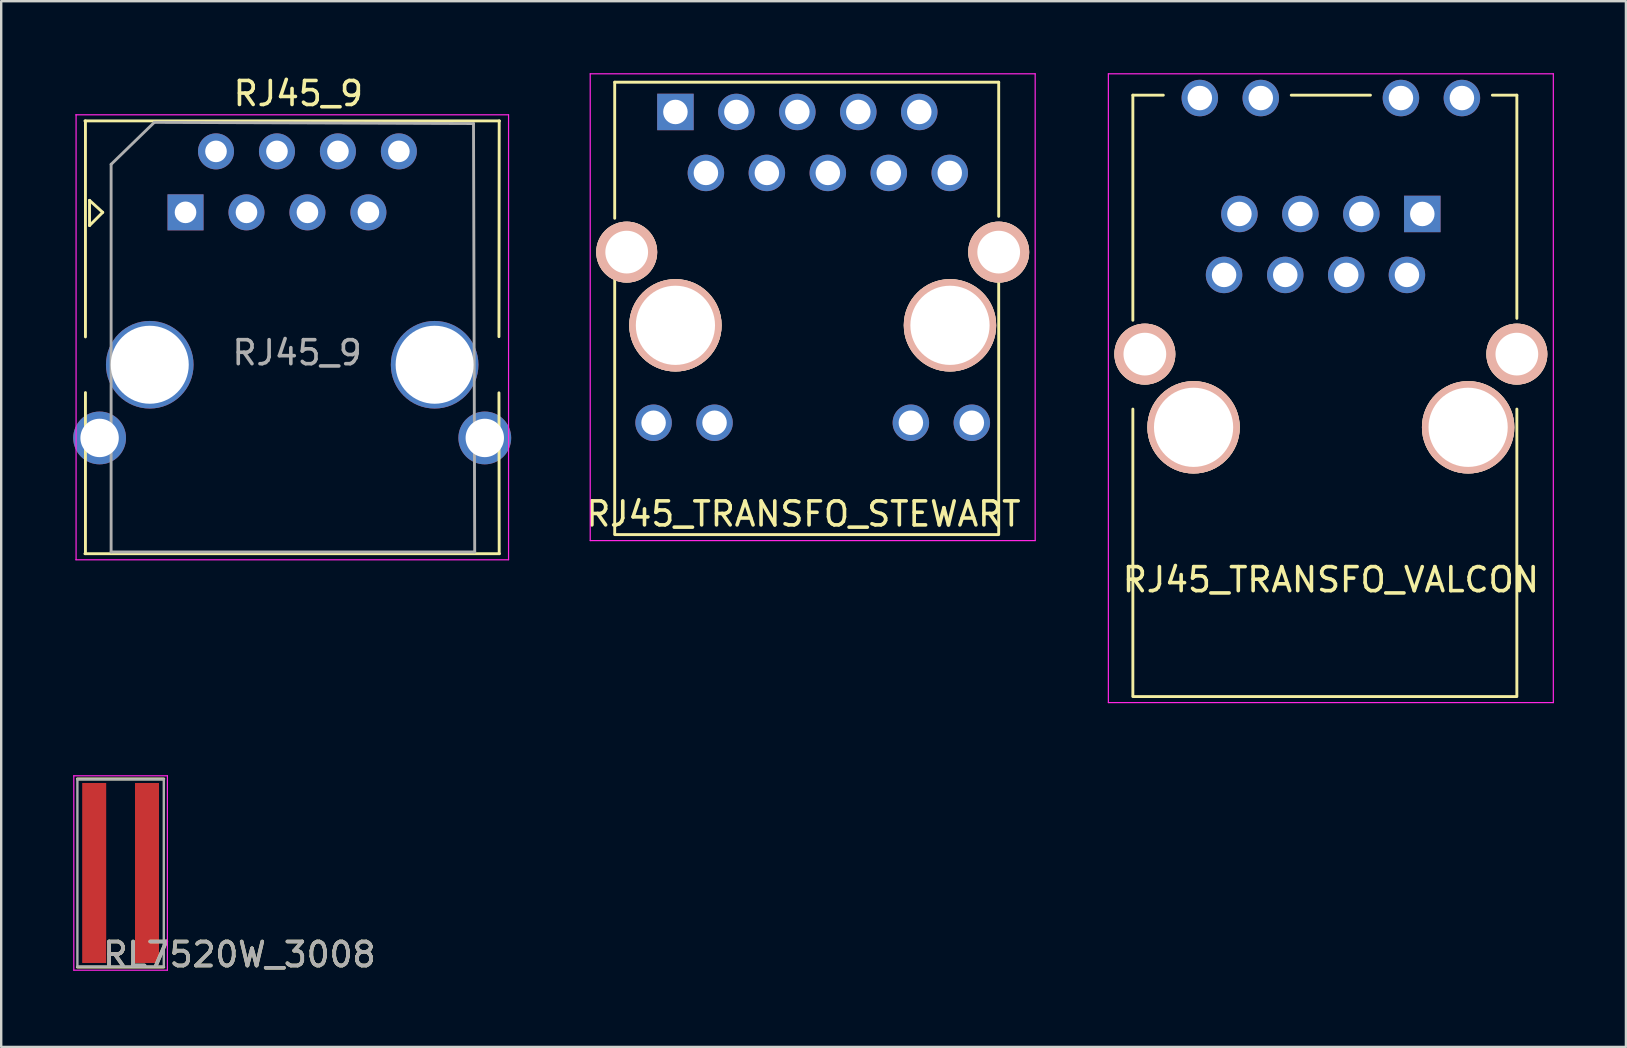
<source format=kicad_pcb>
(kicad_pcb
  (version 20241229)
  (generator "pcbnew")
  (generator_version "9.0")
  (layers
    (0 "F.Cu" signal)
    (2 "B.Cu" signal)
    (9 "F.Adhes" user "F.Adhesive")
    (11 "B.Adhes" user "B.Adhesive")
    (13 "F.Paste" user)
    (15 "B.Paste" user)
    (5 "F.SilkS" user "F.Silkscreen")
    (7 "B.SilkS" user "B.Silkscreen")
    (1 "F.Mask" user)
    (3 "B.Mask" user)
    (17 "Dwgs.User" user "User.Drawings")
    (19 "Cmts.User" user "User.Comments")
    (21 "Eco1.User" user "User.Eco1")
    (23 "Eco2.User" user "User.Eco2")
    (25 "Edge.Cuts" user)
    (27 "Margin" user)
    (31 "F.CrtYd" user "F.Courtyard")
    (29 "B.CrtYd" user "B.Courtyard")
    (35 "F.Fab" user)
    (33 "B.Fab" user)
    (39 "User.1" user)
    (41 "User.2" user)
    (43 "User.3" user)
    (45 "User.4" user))
  (footprint "RJ45_9"
    (layer "F.Cu")
    (at 4.68 5.798)
    (property "Reference" "RJ45_9" (at 4.7 -4.95 0) (layer "F.SilkS") (effects (font (size 1 1) (thickness 0.15))))
    (attr through_hole)
    (fp_line (start -4.191 14.224) (end 13.081 14.224) (stroke (width 0.12) (type solid)) (layer "F.SilkS"))
    (fp_line (start -4.17 -3.81) (end -4.17 5.19) (stroke (width 0.12) (type solid)) (layer "F.SilkS"))
    (fp_line (start -4.17 7.51) (end -4.17 14.22) (stroke (width 0.12) (type solid)) (layer "F.SilkS"))
    (fp_line (start -4 -0.5) (end -4 0.55) (stroke (width 0.12) (type solid)) (layer "F.SilkS"))
    (fp_line (start -4 0.55) (end -3.45 0) (stroke (width 0.12) (type solid)) (layer "F.SilkS"))
    (fp_line (start -3.45 0) (end -4 -0.5) (stroke (width 0.12) (type solid)) (layer "F.SilkS"))
    (fp_line (start 13.06 7.52) (end 13.07 14.22) (stroke (width 0.12) (type solid)) (layer "F.SilkS"))
    (fp_line (start 13.07 -3.81) (end 13.06 5.18) (stroke (width 0.12) (type solid)) (layer "F.SilkS"))
    (fp_line (start 13.081 -3.81) (end -4.191 -3.81) (stroke (width 0.12) (type solid)) (layer "F.SilkS"))
    (fp_line (start -4.572 -4.064) (end 13.462 -4.064) (stroke (width 0.05) (type solid)) (layer "F.CrtYd"))
    (fp_line (start -4.56 -4.06) (end -4.56 14.47) (stroke (width 0.05) (type solid)) (layer "F.CrtYd"))
    (fp_line (start 13.46 14.47) (end 13.46 -4.06) (stroke (width 0.05) (type solid)) (layer "F.CrtYd"))
    (fp_line (start 13.462 14.478) (end -4.572 14.478) (stroke (width 0.05) (type solid)) (layer "F.CrtYd"))
    (fp_line (start -3.1 -2) (end -1.3 -3.75) (stroke (width 0.12) (type solid)) (layer "F.Fab"))
    (fp_line (start -3.1 14.15) (end -3.1 -2) (stroke (width 0.12) (type solid)) (layer "F.Fab"))
    (fp_line (start -1.3 -3.75) (end 12 -3.7) (stroke (width 0.12) (type solid)) (layer "F.Fab"))
    (fp_line (start 12 -3.7) (end 12.05 14.15) (stroke (width 0.12) (type solid)) (layer "F.Fab"))
    (fp_line (start 12.05 14.15) (end -3.1 14.15) (stroke (width 0.12) (type solid)) (layer "F.Fab"))
    (fp_text user "${REFERENCE}" (at 4.65 5.85 0) (layer "F.Fab") (effects (font (size 1 1) (thickness 0.15))))
    (pad "" np_thru_hole circle (at -1.49 6.35) (size 3.65 3.65) (drill 3.25) (layers "*.Cu" "*.Mask"))
    (pad "" np_thru_hole circle (at 10.38 6.35) (size 3.65 3.65) (drill 3.25) (layers "*.Cu" "*.Mask"))
    (pad "1" thru_hole rect (at 0 0) (size 1.5 1.5) (drill 0.9) (layers "*.Cu" "*.Mask"))
    (pad "2" thru_hole circle (at 1.27 -2.54) (size 1.5 1.5) (drill 0.9) (layers "*.Cu" "*.Mask"))
    (pad "3" thru_hole circle (at 2.54 0) (size 1.5 1.5) (drill 0.9) (layers "*.Cu" "*.Mask"))
    (pad "4" thru_hole circle (at 3.81 -2.54) (size 1.5 1.5) (drill 0.9) (layers "*.Cu" "*.Mask"))
    (pad "5" thru_hole circle (at 5.08 0) (size 1.5 1.5) (drill 0.9) (layers "*.Cu" "*.Mask"))
    (pad "6" thru_hole circle (at 6.35 -2.54) (size 1.5 1.5) (drill 0.9) (layers "*.Cu" "*.Mask"))
    (pad "7" thru_hole circle (at 7.62 0) (size 1.5 1.5) (drill 0.9) (layers "*.Cu" "*.Mask"))
    (pad "8" thru_hole circle (at 8.89 -2.54) (size 1.5 1.5) (drill 0.9) (layers "*.Cu" "*.Mask"))
    (pad "9" thru_hole circle (at -3.58 9.4) (size 2.2 2.2) (drill 1.6) (layers "*.Cu" "*.Mask"))
    (pad "9" thru_hole circle (at 12.47 9.4) (size 2.2 2.2) (drill 1.6) (layers "*.Cu" "*.Mask")))
  (footprint "RL7520W_3008"
    (layer "F.Cu")
    (at 1.975 33.325)
    (property "Reference" "RL7520W_3008" (at 4.95 3.4 0) (layer "F.SilkS") (effects (font (size 1 1) (thickness 0.15))))
    (attr smd)
    (fp_line (start -1.8 -3.92) (end 1.8 -3.92) (stroke (width 0.12) (type solid)) (layer "F.SilkS"))
    (fp_line (start 1.8 3.92) (end -1.8 3.92) (stroke (width 0.12) (type solid)) (layer "F.SilkS"))
    (fp_line (start -1.95 -4.05) (end 1.95 -4.05) (stroke (width 0.05) (type solid)) (layer "F.CrtYd"))
    (fp_line (start -1.95 4.05) (end -1.95 -4.05) (stroke (width 0.05) (type solid)) (layer "F.CrtYd"))
    (fp_line (start 1.95 -4.05) (end 1.95 4.05) (stroke (width 0.05) (type solid)) (layer "F.CrtYd"))
    (fp_line (start 1.95 4.05) (end -1.95 4.05) (stroke (width 0.05) (type solid)) (layer "F.CrtYd"))
    (fp_line (start -1.8 -3.9) (end -1.8 3.9) (stroke (width 0.1) (type solid)) (layer "F.Fab"))
    (fp_line (start -1.8 -3.9) (end 1.8 -3.9) (stroke (width 0.1) (type solid)) (layer "F.Fab"))
    (fp_line (start 1.8 -3.9) (end 1.8 3.9) (stroke (width 0.1) (type solid)) (layer "F.Fab"))
    (fp_line (start 1.8 3.9) (end -1.8 3.9) (stroke (width 0.1) (type solid)) (layer "F.Fab"))
    (fp_text user "${REFERENCE}" (at 4.95 3.4 0) (layer "F.Fab") (effects (font (size 1 1) (thickness 0.15))))
    (pad "1" smd rect (at -1.1 0) (size 1 7.5) (layers "F.Cu" "F.Mask" "F.Paste"))
    (pad "2" smd rect (at 1.1 0) (size 1 7.5) (layers "F.Cu" "F.Mask" "F.Paste")))
  (footprint "RJ45_TRANSFO_STEWART"
    (layer "F.Cu")
    (at 34.623 1.615)
    (property "Reference" "RJ45_TRANSFO_STEWART" (at -4.2 16.75 0) (layer "F.SilkS") (effects (font (size 1 1) (thickness 0.15))))
    (attr through_hole)
    (fp_line (start -12.06 -1.24) (end -12.06 4.43) (stroke (width 0.12) (type solid)) (layer "F.SilkS"))
    (fp_line (start -12.06 -1.24) (end 3.94 -1.24) (stroke (width 0.12) (type solid)) (layer "F.SilkS"))
    (fp_line (start -12.06 17.57) (end -12.06 5.63) (stroke (width 0.12) (type solid)) (layer "F.SilkS"))
    (fp_line (start -12.06 17.61) (end 3.94 17.61) (stroke (width 0.12) (type solid)) (layer "F.SilkS"))
    (fp_line (start 3.94 -1.24) (end 3.94 4.35) (stroke (width 0.12) (type solid)) (layer "F.SilkS"))
    (fp_line (start 3.94 17.57) (end 3.94 5.63) (stroke (width 0.12) (type solid)) (layer "F.SilkS"))
    (fp_line (start -13.08 -1.59) (end -13.08 17.86) (stroke (width 0.05) (type solid)) (layer "F.CrtYd"))
    (fp_line (start -13.08 -1.59) (end 5.46 -1.59) (stroke (width 0.05) (type solid)) (layer "F.CrtYd"))
    (fp_line (start 5.46 17.86) (end -13.08 17.86) (stroke (width 0.05) (type solid)) (layer "F.CrtYd"))
    (fp_line (start 5.46 17.86) (end 5.46 -1.59) (stroke (width 0.05) (type solid)) (layer "F.CrtYd"))
    (pad "1" thru_hole rect (at -9.53 0) (size 1.52 1.52) (drill 1.02) (layers "*.Cu" "*.Mask"))
    (pad "2" thru_hole circle (at -8.26 2.54) (size 1.52 1.52) (drill 1.02) (layers "*.Cu" "*.Mask"))
    (pad "3" thru_hole circle (at -6.99 0) (size 1.52 1.52) (drill 1.02) (layers "*.Cu" "*.Mask"))
    (pad "4" thru_hole circle (at -5.72 2.54) (size 1.52 1.52) (drill 1.02) (layers "*.Cu" "*.Mask"))
    (pad "5" thru_hole circle (at -4.45 0) (size 1.52 1.52) (drill 1.02) (layers "*.Cu" "*.Mask"))
    (pad "6" thru_hole circle (at -3.18 2.54) (size 1.52 1.52) (drill 1.02) (layers "*.Cu" "*.Mask"))
    (pad "7" thru_hole circle (at -1.91 0) (size 1.52 1.52) (drill 1.02) (layers "*.Cu" "*.Mask"))
    (pad "8" thru_hole circle (at -0.64 2.54) (size 1.52 1.52) (drill 1.02) (layers "*.Cu" "*.Mask"))
    (pad "9" thru_hole circle (at 0.63 0) (size 1.52 1.52) (drill 1.02) (layers "*.Cu" "*.Mask"))
    (pad "10" thru_hole circle (at 1.9 2.54) (size 1.52 1.52) (drill 1.02) (layers "*.Cu" "*.Mask"))
    (pad "11" thru_hole circle (at -11.56 5.84) (size 2.54 2.54) (drill 1.78) (layers "*.Cu" "*.SilkS" "*.Mask"))
    (pad "12" thru_hole circle (at 3.94 5.84) (size 2.54 2.54) (drill 1.78) (layers "*.Cu" "*.SilkS" "*.Mask"))
    (pad "13" thru_hole circle (at -10.44 12.95) (size 1.52 1.52) (drill 1.02) (layers "*.Cu" "*.Mask"))
    (pad "14" thru_hole circle (at -7.9 12.95) (size 1.52 1.52) (drill 1.02) (layers "*.Cu" "*.Mask"))
    (pad "15" thru_hole circle (at 0.28 12.95) (size 1.52 1.52) (drill 1.02) (layers "*.Cu" "*.Mask"))
    (pad "16" thru_hole circle (at 2.82 12.95) (size 1.52 1.52) (drill 1.02) (layers "*.Cu" "*.Mask"))
    (pad "Hole" thru_hole circle (at -9.53 8.89) (size 3.85 3.85) (drill 3.3) (layers "*.Cu" "*.SilkS" "*.Mask"))
    (pad "Hole" thru_hole circle (at 1.91 8.89) (size 3.85 3.85) (drill 3.3) (layers "*.Cu" "*.SilkS" "*.Mask")))
  (footprint "RJ45_TRANSFO_VALCON"
    (layer "F.Cu")
    (at 56.213 5.865)
    (property "Reference" "RJ45_TRANSFO_VALCON" (at -3.81 15.24 0) (layer "F.SilkS") (effects (font (size 1 1) (thickness 0.15))))
    (attr through_hole)
    (fp_line (start -12.06 -4.95) (end -12.06 4.43) (stroke (width 0.12) (type solid)) (layer "F.SilkS"))
    (fp_line (start -12.06 -4.95) (end -10.79 -4.95) (stroke (width 0.12) (type solid)) (layer "F.SilkS"))
    (fp_line (start -12.06 20.07) (end -12.06 8.13) (stroke (width 0.12) (type solid)) (layer "F.SilkS"))
    (fp_line (start -12.06 20.11) (end 3.94 20.11) (stroke (width 0.12) (type solid)) (layer "F.SilkS"))
    (fp_line (start -5.46 -4.95) (end -2.16 -4.95) (stroke (width 0.12) (type solid)) (layer "F.SilkS"))
    (fp_line (start 3.94 -4.95) (end 2.92 -4.95) (stroke (width 0.12) (type solid)) (layer "F.SilkS"))
    (fp_line (start 3.94 -4.95) (end 3.94 4.35) (stroke (width 0.12) (type solid)) (layer "F.SilkS"))
    (fp_line (start 3.94 20.07) (end 3.94 8.13) (stroke (width 0.12) (type solid)) (layer "F.SilkS"))
    (fp_line (start -13.08 -5.84) (end -13.08 20.36) (stroke (width 0.05) (type solid)) (layer "F.CrtYd"))
    (fp_line (start -13.08 -5.84) (end 5.46 -5.84) (stroke (width 0.05) (type solid)) (layer "F.CrtYd"))
    (fp_line (start 5.46 20.36) (end -13.08 20.36) (stroke (width 0.05) (type solid)) (layer "F.CrtYd"))
    (fp_line (start 5.46 20.36) (end 5.46 -5.84) (stroke (width 0.05) (type solid)) (layer "F.CrtYd"))
    (pad "1" thru_hole rect (at 0 0) (size 1.52 1.52) (drill 1.02) (layers "*.Cu" "*.Mask"))
    (pad "2" thru_hole circle (at -0.64 2.54) (size 1.52 1.52) (drill 1.02) (layers "*.Cu" "*.Mask"))
    (pad "3" thru_hole circle (at -2.54 0) (size 1.52 1.52) (drill 1.02) (layers "*.Cu" "*.Mask"))
    (pad "4" thru_hole circle (at -3.17 2.54) (size 1.52 1.52) (drill 1.02) (layers "*.Cu" "*.Mask"))
    (pad "5" thru_hole circle (at -5.08 0) (size 1.52 1.52) (drill 1.02) (layers "*.Cu" "*.Mask"))
    (pad "6" thru_hole circle (at -5.71 2.54) (size 1.52 1.52) (drill 1.02) (layers "*.Cu" "*.Mask"))
    (pad "7" thru_hole circle (at -7.62 0) (size 1.52 1.52) (drill 1.02) (layers "*.Cu" "*.Mask"))
    (pad "8" thru_hole circle (at -8.26 2.54) (size 1.52 1.52) (drill 1.02) (layers "*.Cu" "*.Mask"))
    (pad "9" thru_hole circle (at 1.65 -4.83) (size 1.52 1.52) (drill 1.02) (layers "*.Cu" "*.Mask"))
    (pad "10" thru_hole circle (at -0.89 -4.83) (size 1.52 1.52) (drill 1.02) (layers "*.Cu" "*.Mask"))
    (pad "11" thru_hole circle (at -6.73 -4.83) (size 1.52 1.52) (drill 1.02) (layers "*.Cu" "*.Mask"))
    (pad "12" thru_hole circle (at -9.27 -4.83) (size 1.52 1.52) (drill 1.02) (layers "*.Cu" "*.Mask"))
    (pad "13" thru_hole circle (at -11.56 5.84) (size 2.54 2.54) (drill 1.78) (layers "*.Cu" "*.SilkS" "*.Mask"))
    (pad "13" thru_hole circle (at 3.94 5.84) (size 2.54 2.54) (drill 1.78) (layers "*.Cu" "*.SilkS" "*.Mask"))
    (pad "Hole" thru_hole circle (at -9.53 8.89) (size 3.85 3.85) (drill 3.3) (layers "*.Cu" "*.SilkS" "*.Mask"))
    (pad "Hole" thru_hole circle (at 1.91 8.89) (size 3.85 3.85) (drill 3.3) (layers "*.Cu" "*.SilkS" "*.Mask")))
  (gr_rect
    (start -3 -3)
    (end 64.698 40.573)
    (stroke (width 0.1) (type default))
    (fill no)
    (layer "Edge.Cuts")))
</source>
